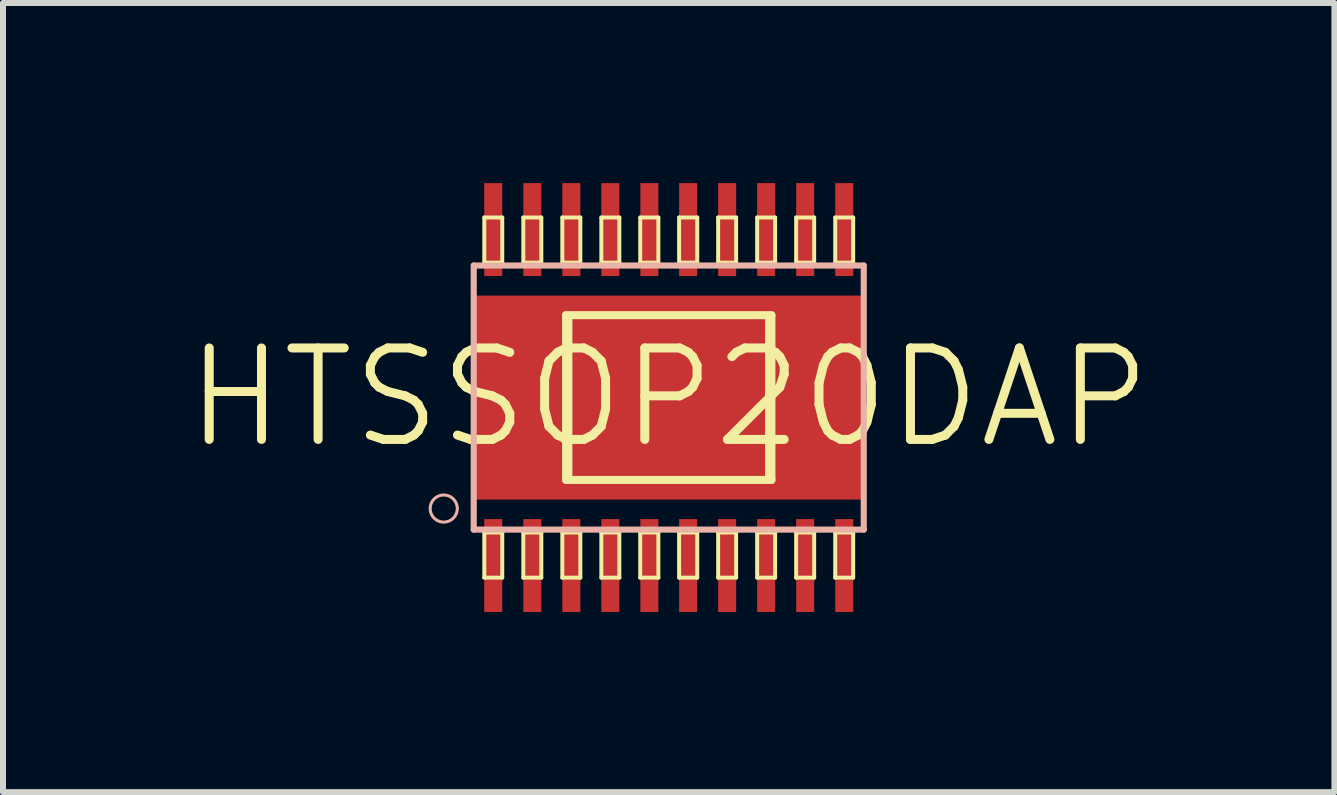
<source format=kicad_pcb>
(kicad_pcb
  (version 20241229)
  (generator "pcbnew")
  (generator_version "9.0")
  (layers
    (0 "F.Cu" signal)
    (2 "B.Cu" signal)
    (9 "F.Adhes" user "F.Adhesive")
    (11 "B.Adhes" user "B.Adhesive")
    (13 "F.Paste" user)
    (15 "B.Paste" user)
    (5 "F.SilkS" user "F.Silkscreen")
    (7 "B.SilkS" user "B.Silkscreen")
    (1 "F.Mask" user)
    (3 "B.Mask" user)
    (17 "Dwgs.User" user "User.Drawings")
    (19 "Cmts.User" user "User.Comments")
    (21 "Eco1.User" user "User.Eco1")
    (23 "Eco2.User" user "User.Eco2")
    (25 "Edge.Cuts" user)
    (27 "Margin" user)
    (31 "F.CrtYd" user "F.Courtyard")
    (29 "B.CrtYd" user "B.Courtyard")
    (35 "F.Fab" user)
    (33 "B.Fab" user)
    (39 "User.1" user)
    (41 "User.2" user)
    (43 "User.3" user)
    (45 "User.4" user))
  (footprint "HTSSOP20DAP"
    (layer "F.Cu")
    (at 8.092 3.574)
    (property "Reference" "HTSSOP20DAP" (at 0 0 0) (layer "F.SilkS") (effects (font (size 1.524 1.524) (thickness 0.15))))
    (attr smd)
    (fp_line (start -3.073 -3) (end -2.774 -3) (stroke (width 0.066) (type solid)) (layer "F.SilkS"))
    (fp_line (start -3.073 -2.248) (end -3.073 -3) (stroke (width 0.066) (type solid)) (layer "F.SilkS"))
    (fp_line (start -3.073 -2.248) (end -2.774 -2.248) (stroke (width 0.066) (type solid)) (layer "F.SilkS"))
    (fp_line (start -3.073 2.248) (end -2.774 2.248) (stroke (width 0.066) (type solid)) (layer "F.SilkS"))
    (fp_line (start -3.073 3) (end -3.073 2.248) (stroke (width 0.066) (type solid)) (layer "F.SilkS"))
    (fp_line (start -3.073 3) (end -2.774 3) (stroke (width 0.066) (type solid)) (layer "F.SilkS"))
    (fp_line (start -2.774 -2.248) (end -2.774 -3) (stroke (width 0.066) (type solid)) (layer "F.SilkS"))
    (fp_line (start -2.774 3) (end -2.774 2.248) (stroke (width 0.066) (type solid)) (layer "F.SilkS"))
    (fp_line (start -2.423 -3) (end -2.123 -3) (stroke (width 0.066) (type solid)) (layer "F.SilkS"))
    (fp_line (start -2.423 -2.248) (end -2.423 -3) (stroke (width 0.066) (type solid)) (layer "F.SilkS"))
    (fp_line (start -2.423 -2.248) (end -2.123 -2.248) (stroke (width 0.066) (type solid)) (layer "F.SilkS"))
    (fp_line (start -2.423 2.248) (end -2.123 2.248) (stroke (width 0.066) (type solid)) (layer "F.SilkS"))
    (fp_line (start -2.423 3) (end -2.423 2.248) (stroke (width 0.066) (type solid)) (layer "F.SilkS"))
    (fp_line (start -2.423 3) (end -2.123 3) (stroke (width 0.066) (type solid)) (layer "F.SilkS"))
    (fp_line (start -2.123 -2.248) (end -2.123 -3) (stroke (width 0.066) (type solid)) (layer "F.SilkS"))
    (fp_line (start -2.123 3) (end -2.123 2.248) (stroke (width 0.066) (type solid)) (layer "F.SilkS"))
    (fp_line (start -1.773 -3) (end -1.473 -3) (stroke (width 0.066) (type solid)) (layer "F.SilkS"))
    (fp_line (start -1.773 -2.248) (end -1.773 -3) (stroke (width 0.066) (type solid)) (layer "F.SilkS"))
    (fp_line (start -1.773 -2.248) (end -1.473 -2.248) (stroke (width 0.066) (type solid)) (layer "F.SilkS"))
    (fp_line (start -1.773 2.248) (end -1.473 2.248) (stroke (width 0.066) (type solid)) (layer "F.SilkS"))
    (fp_line (start -1.773 3) (end -1.773 2.248) (stroke (width 0.066) (type solid)) (layer "F.SilkS"))
    (fp_line (start -1.773 3) (end -1.473 3) (stroke (width 0.066) (type solid)) (layer "F.SilkS"))
    (fp_line (start -1.714 -1.374) (end 1.714 -1.374) (stroke (width 0.127) (type solid)) (layer "F.SilkS"))
    (fp_line (start -1.714 1.374) (end -1.714 -1.374) (stroke (width 0.127) (type solid)) (layer "F.SilkS"))
    (fp_line (start -1.669 -1.369) (end 1.669 -1.369) (stroke (width 0.127) (type solid)) (layer "F.SilkS"))
    (fp_line (start -1.669 1.369) (end -1.669 -1.369) (stroke (width 0.127) (type solid)) (layer "F.SilkS"))
    (fp_line (start -1.473 -2.248) (end -1.473 -3) (stroke (width 0.066) (type solid)) (layer "F.SilkS"))
    (fp_line (start -1.473 3) (end -1.473 2.248) (stroke (width 0.066) (type solid)) (layer "F.SilkS"))
    (fp_line (start -1.123 -3) (end -0.823 -3) (stroke (width 0.066) (type solid)) (layer "F.SilkS"))
    (fp_line (start -1.123 -2.248) (end -1.123 -3) (stroke (width 0.066) (type solid)) (layer "F.SilkS"))
    (fp_line (start -1.123 -2.248) (end -0.823 -2.248) (stroke (width 0.066) (type solid)) (layer "F.SilkS"))
    (fp_line (start -1.123 2.248) (end -0.823 2.248) (stroke (width 0.066) (type solid)) (layer "F.SilkS"))
    (fp_line (start -1.123 3) (end -1.123 2.248) (stroke (width 0.066) (type solid)) (layer "F.SilkS"))
    (fp_line (start -1.123 3) (end -0.823 3) (stroke (width 0.066) (type solid)) (layer "F.SilkS"))
    (fp_line (start -0.823 -2.248) (end -0.823 -3) (stroke (width 0.066) (type solid)) (layer "F.SilkS"))
    (fp_line (start -0.823 3) (end -0.823 2.248) (stroke (width 0.066) (type solid)) (layer "F.SilkS"))
    (fp_line (start -0.475 -3) (end -0.173 -3) (stroke (width 0.066) (type solid)) (layer "F.SilkS"))
    (fp_line (start -0.475 -2.248) (end -0.475 -3) (stroke (width 0.066) (type solid)) (layer "F.SilkS"))
    (fp_line (start -0.475 -2.248) (end -0.173 -2.248) (stroke (width 0.066) (type solid)) (layer "F.SilkS"))
    (fp_line (start -0.475 2.248) (end -0.173 2.248) (stroke (width 0.066) (type solid)) (layer "F.SilkS"))
    (fp_line (start -0.475 3) (end -0.475 2.248) (stroke (width 0.066) (type solid)) (layer "F.SilkS"))
    (fp_line (start -0.475 3) (end -0.173 3) (stroke (width 0.066) (type solid)) (layer "F.SilkS"))
    (fp_line (start -0.173 -2.248) (end -0.173 -3) (stroke (width 0.066) (type solid)) (layer "F.SilkS"))
    (fp_line (start -0.173 3) (end -0.173 2.248) (stroke (width 0.066) (type solid)) (layer "F.SilkS"))
    (fp_line (start 0.173 -3) (end 0.475 -3) (stroke (width 0.066) (type solid)) (layer "F.SilkS"))
    (fp_line (start 0.173 -2.248) (end 0.173 -3) (stroke (width 0.066) (type solid)) (layer "F.SilkS"))
    (fp_line (start 0.173 -2.248) (end 0.475 -2.248) (stroke (width 0.066) (type solid)) (layer "F.SilkS"))
    (fp_line (start 0.173 2.248) (end 0.475 2.248) (stroke (width 0.066) (type solid)) (layer "F.SilkS"))
    (fp_line (start 0.173 3) (end 0.173 2.248) (stroke (width 0.066) (type solid)) (layer "F.SilkS"))
    (fp_line (start 0.173 3) (end 0.475 3) (stroke (width 0.066) (type solid)) (layer "F.SilkS"))
    (fp_line (start 0.475 -2.248) (end 0.475 -3) (stroke (width 0.066) (type solid)) (layer "F.SilkS"))
    (fp_line (start 0.475 3) (end 0.475 2.248) (stroke (width 0.066) (type solid)) (layer "F.SilkS"))
    (fp_line (start 0.823 -3) (end 1.123 -3) (stroke (width 0.066) (type solid)) (layer "F.SilkS"))
    (fp_line (start 0.823 -2.248) (end 0.823 -3) (stroke (width 0.066) (type solid)) (layer "F.SilkS"))
    (fp_line (start 0.823 -2.248) (end 1.123 -2.248) (stroke (width 0.066) (type solid)) (layer "F.SilkS"))
    (fp_line (start 0.823 2.248) (end 1.123 2.248) (stroke (width 0.066) (type solid)) (layer "F.SilkS"))
    (fp_line (start 0.823 3) (end 0.823 2.248) (stroke (width 0.066) (type solid)) (layer "F.SilkS"))
    (fp_line (start 0.823 3) (end 1.123 3) (stroke (width 0.066) (type solid)) (layer "F.SilkS"))
    (fp_line (start 1.123 -2.248) (end 1.123 -3) (stroke (width 0.066) (type solid)) (layer "F.SilkS"))
    (fp_line (start 1.123 3) (end 1.123 2.248) (stroke (width 0.066) (type solid)) (layer "F.SilkS"))
    (fp_line (start 1.473 -3) (end 1.773 -3) (stroke (width 0.066) (type solid)) (layer "F.SilkS"))
    (fp_line (start 1.473 -2.248) (end 1.473 -3) (stroke (width 0.066) (type solid)) (layer "F.SilkS"))
    (fp_line (start 1.473 -2.248) (end 1.773 -2.248) (stroke (width 0.066) (type solid)) (layer "F.SilkS"))
    (fp_line (start 1.473 2.248) (end 1.773 2.248) (stroke (width 0.066) (type solid)) (layer "F.SilkS"))
    (fp_line (start 1.473 3) (end 1.473 2.248) (stroke (width 0.066) (type solid)) (layer "F.SilkS"))
    (fp_line (start 1.473 3) (end 1.773 3) (stroke (width 0.066) (type solid)) (layer "F.SilkS"))
    (fp_line (start 1.669 -1.369) (end 1.669 1.369) (stroke (width 0.127) (type solid)) (layer "F.SilkS"))
    (fp_line (start 1.669 1.369) (end -1.669 1.369) (stroke (width 0.127) (type solid)) (layer "F.SilkS"))
    (fp_line (start 1.714 -1.374) (end 1.714 1.374) (stroke (width 0.127) (type solid)) (layer "F.SilkS"))
    (fp_line (start 1.714 1.374) (end -1.714 1.374) (stroke (width 0.127) (type solid)) (layer "F.SilkS"))
    (fp_line (start 1.773 -2.248) (end 1.773 -3) (stroke (width 0.066) (type solid)) (layer "F.SilkS"))
    (fp_line (start 1.773 3) (end 1.773 2.248) (stroke (width 0.066) (type solid)) (layer "F.SilkS"))
    (fp_line (start 2.123 -3) (end 2.423 -3) (stroke (width 0.066) (type solid)) (layer "F.SilkS"))
    (fp_line (start 2.123 -2.248) (end 2.123 -3) (stroke (width 0.066) (type solid)) (layer "F.SilkS"))
    (fp_line (start 2.123 -2.248) (end 2.423 -2.248) (stroke (width 0.066) (type solid)) (layer "F.SilkS"))
    (fp_line (start 2.123 2.248) (end 2.423 2.248) (stroke (width 0.066) (type solid)) (layer "F.SilkS"))
    (fp_line (start 2.123 3) (end 2.123 2.248) (stroke (width 0.066) (type solid)) (layer "F.SilkS"))
    (fp_line (start 2.123 3) (end 2.423 3) (stroke (width 0.066) (type solid)) (layer "F.SilkS"))
    (fp_line (start 2.423 -2.248) (end 2.423 -3) (stroke (width 0.066) (type solid)) (layer "F.SilkS"))
    (fp_line (start 2.423 3) (end 2.423 2.248) (stroke (width 0.066) (type solid)) (layer "F.SilkS"))
    (fp_line (start 2.774 -3) (end 3.073 -3) (stroke (width 0.066) (type solid)) (layer "F.SilkS"))
    (fp_line (start 2.774 -2.248) (end 2.774 -3) (stroke (width 0.066) (type solid)) (layer "F.SilkS"))
    (fp_line (start 2.774 -2.248) (end 3.073 -2.248) (stroke (width 0.066) (type solid)) (layer "F.SilkS"))
    (fp_line (start 2.774 2.248) (end 3.073 2.248) (stroke (width 0.066) (type solid)) (layer "F.SilkS"))
    (fp_line (start 2.774 3) (end 2.774 2.248) (stroke (width 0.066) (type solid)) (layer "F.SilkS"))
    (fp_line (start 2.774 3) (end 3.073 3) (stroke (width 0.066) (type solid)) (layer "F.SilkS"))
    (fp_line (start 3.073 -2.248) (end 3.073 -3) (stroke (width 0.066) (type solid)) (layer "F.SilkS"))
    (fp_line (start 3.073 3) (end 3.073 2.248) (stroke (width 0.066) (type solid)) (layer "F.SilkS"))
    (fp_line (start -3.249 -2.2) (end 3.249 -2.2) (stroke (width 0.102) (type solid)) (layer "B.SilkS"))
    (fp_line (start -3.249 2.2) (end -3.249 -2.2) (stroke (width 0.102) (type solid)) (layer "B.SilkS"))
    (fp_line (start 3.249 -2.2) (end 3.249 2.2) (stroke (width 0.102) (type solid)) (layer "B.SilkS"))
    (fp_line (start 3.249 2.2) (end -3.249 2.2) (stroke (width 0.102) (type solid)) (layer "B.SilkS"))
    (fp_circle (center -3.749 1.849) (end -3.909 2.009) (stroke (width 0.051) (type solid)) (fill no) (layer "B.SilkS"))
    (pad "1" smd rect (at -2.924 2.799) (size 0.3 1.549) (layers "F.Cu" "F.Mask" "F.Paste"))
    (pad "2" smd rect (at -2.273 2.799) (size 0.3 1.549) (layers "F.Cu" "F.Mask" "F.Paste"))
    (pad "3" smd rect (at -1.623 2.799) (size 0.3 1.549) (layers "F.Cu" "F.Mask" "F.Paste"))
    (pad "4" smd rect (at -0.973 2.799) (size 0.3 1.549) (layers "F.Cu" "F.Mask" "F.Paste"))
    (pad "5" smd rect (at -0.323 2.799) (size 0.3 1.549) (layers "F.Cu" "F.Mask" "F.Paste"))
    (pad "6" smd rect (at 0.323 2.799) (size 0.3 1.549) (layers "F.Cu" "F.Mask" "F.Paste"))
    (pad "7" smd rect (at 0.973 2.799) (size 0.3 1.549) (layers "F.Cu" "F.Mask" "F.Paste"))
    (pad "8" smd rect (at 1.623 2.799) (size 0.3 1.549) (layers "F.Cu" "F.Mask" "F.Paste"))
    (pad "9" smd rect (at 2.273 2.799) (size 0.3 1.549) (layers "F.Cu" "F.Mask" "F.Paste"))
    (pad "10" smd rect (at 2.924 2.799) (size 0.3 1.549) (layers "F.Cu" "F.Mask" "F.Paste"))
    (pad "11" smd rect (at 2.924 -2.799 180) (size 0.3 1.549) (layers "F.Cu" "F.Mask" "F.Paste"))
    (pad "12" smd rect (at 2.273 -2.799 180) (size 0.3 1.549) (layers "F.Cu" "F.Mask" "F.Paste"))
    (pad "13" smd rect (at 1.623 -2.799 180) (size 0.3 1.549) (layers "F.Cu" "F.Mask" "F.Paste"))
    (pad "14" smd rect (at 0.973 -2.799 180) (size 0.3 1.549) (layers "F.Cu" "F.Mask" "F.Paste"))
    (pad "15" smd rect (at 0.323 -2.799 180) (size 0.3 1.549) (layers "F.Cu" "F.Mask" "F.Paste"))
    (pad "16" smd rect (at -0.323 -2.799 180) (size 0.3 1.549) (layers "F.Cu" "F.Mask" "F.Paste"))
    (pad "17" smd rect (at -0.973 -2.799 180) (size 0.3 1.549) (layers "F.Cu" "F.Mask" "F.Paste"))
    (pad "18" smd rect (at -1.623 -2.799 180) (size 0.3 1.549) (layers "F.Cu" "F.Mask" "F.Paste"))
    (pad "19" smd rect (at -2.273 -2.799 180) (size 0.3 1.549) (layers "F.Cu" "F.Mask" "F.Paste"))
    (pad "20" smd rect (at -2.924 -2.799 180) (size 0.3 1.549) (layers "F.Cu" "F.Mask" "F.Paste"))
    (pad "EXP" smd rect (at 0 0) (size 6.5 3.399) (layers "F.Cu" "F.Mask" "F.Paste")))
  (gr_rect
    (start -3 -3)
    (end 19.183 10.148)
    (stroke (width 0.1) (type default))
    (fill no)
    (layer "Edge.Cuts")))
</source>
